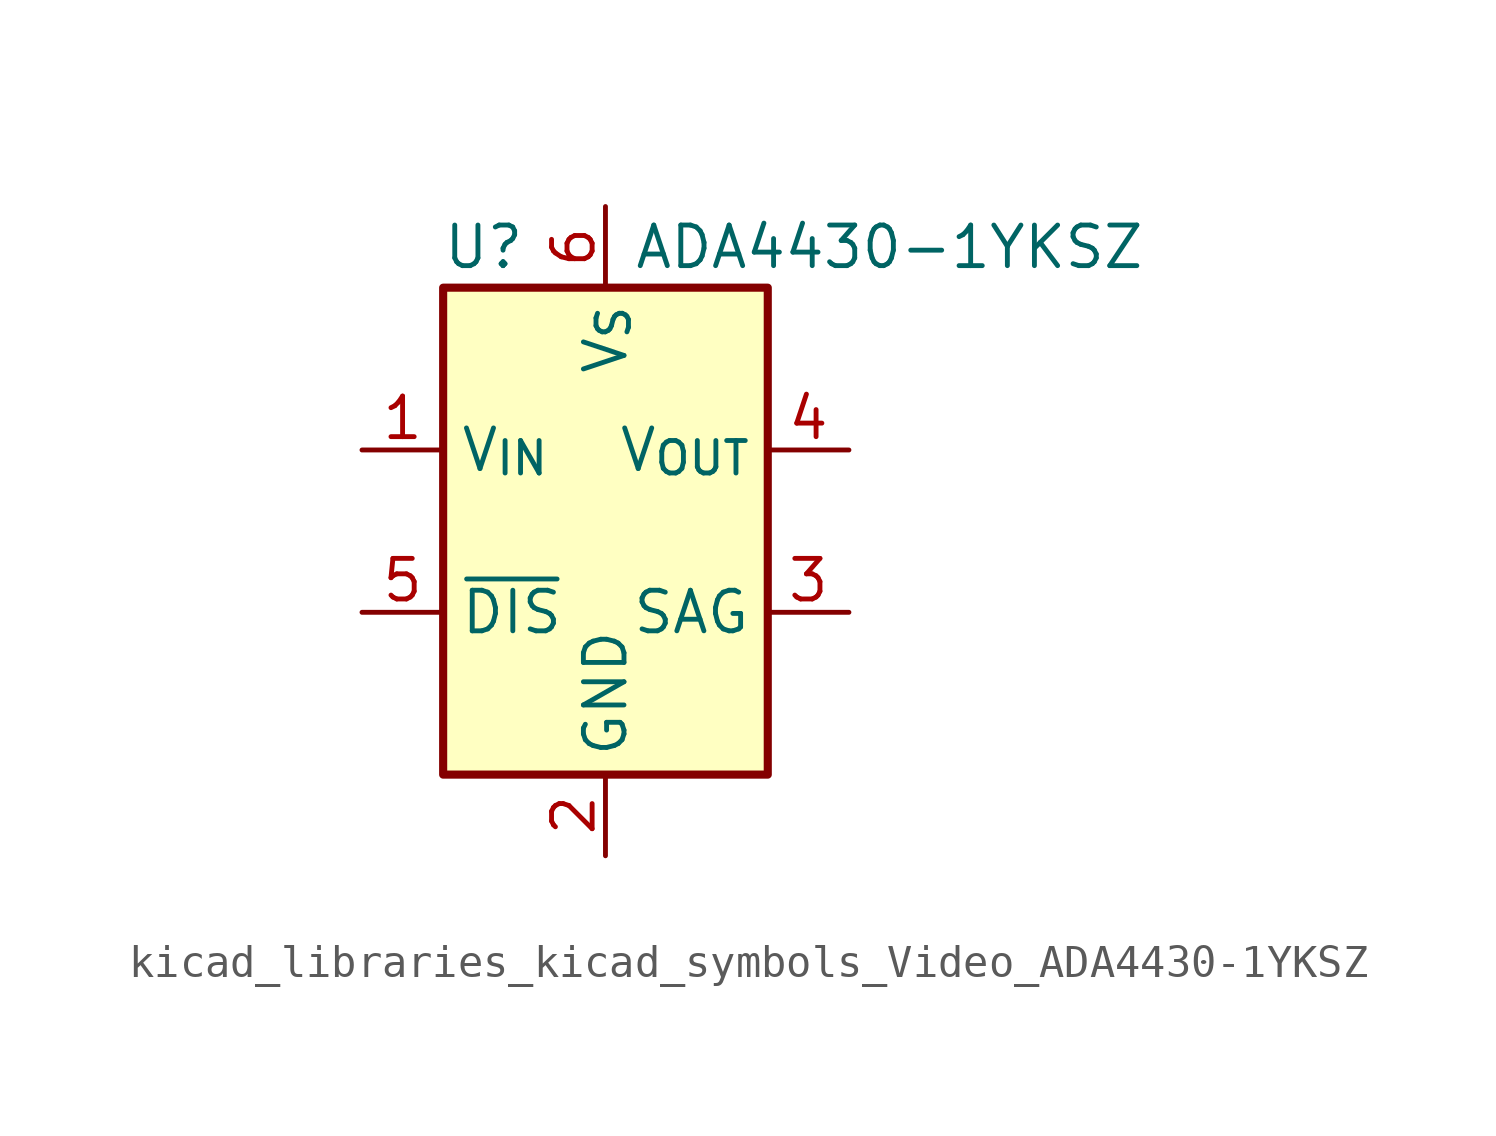
<source format=kicad_sym>
(kicad_symbol_lib
  (version 20220914)
  (generator kicad_symbol_editor)
  (symbol "kicad_libraries_kicad_symbols_Video_ADA4430-1YKSZ"
    (property "Reference" "U"
      (at -3.81 8.89 0)
      (effects (font (size 1.27 1.27))))
    (property "Value" "ADA4430-1YKSZ"
      (at 8.89 8.89 0)
      (effects (font (size 1.27 1.27))))
    (symbol "kicad_libraries_kicad_symbols_Video_ADA4430-1YKSZ_0_1"
      (rectangle (start -5.08 7.62) (end 5.08 -7.62) (stroke (width 0.254) (type default)) (fill (type background))))
    (symbol "kicad_libraries_kicad_symbols_Video_ADA4430-1YKSZ_1_1"
      (pin input line (at -7.62 2.54 0) (length 2.54) (name "V_{IN}" (effects (font (size 1.27 1.27)))) (number "1" (effects (font (size 1.27 1.27)))))
      (pin power_in line (at 0 -10.16 90) (length 2.54) (name "GND" (effects (font (size 1.27 1.27)))) (number "2" (effects (font (size 1.27 1.27)))))
      (pin input line (at 7.62 -2.54 180) (length 2.54) (name "SAG" (effects (font (size 1.27 1.27)))) (number "3" (effects (font (size 1.27 1.27)))))
      (pin output line (at 7.62 2.54 180) (length 2.54) (name "V_{OUT}" (effects (font (size 1.27 1.27)))) (number "4" (effects (font (size 1.27 1.27)))))
      (pin input line (at -7.62 -2.54 0) (length 2.54) (name "~{DIS}" (effects (font (size 1.27 1.27)))) (number "5" (effects (font (size 1.27 1.27)))))
      (pin power_in line (at 0 10.16 270) (length 2.54) (name "V_{S}" (effects (font (size 1.27 1.27)))) (number "6" (effects (font (size 1.27 1.27))))))))
</source>
